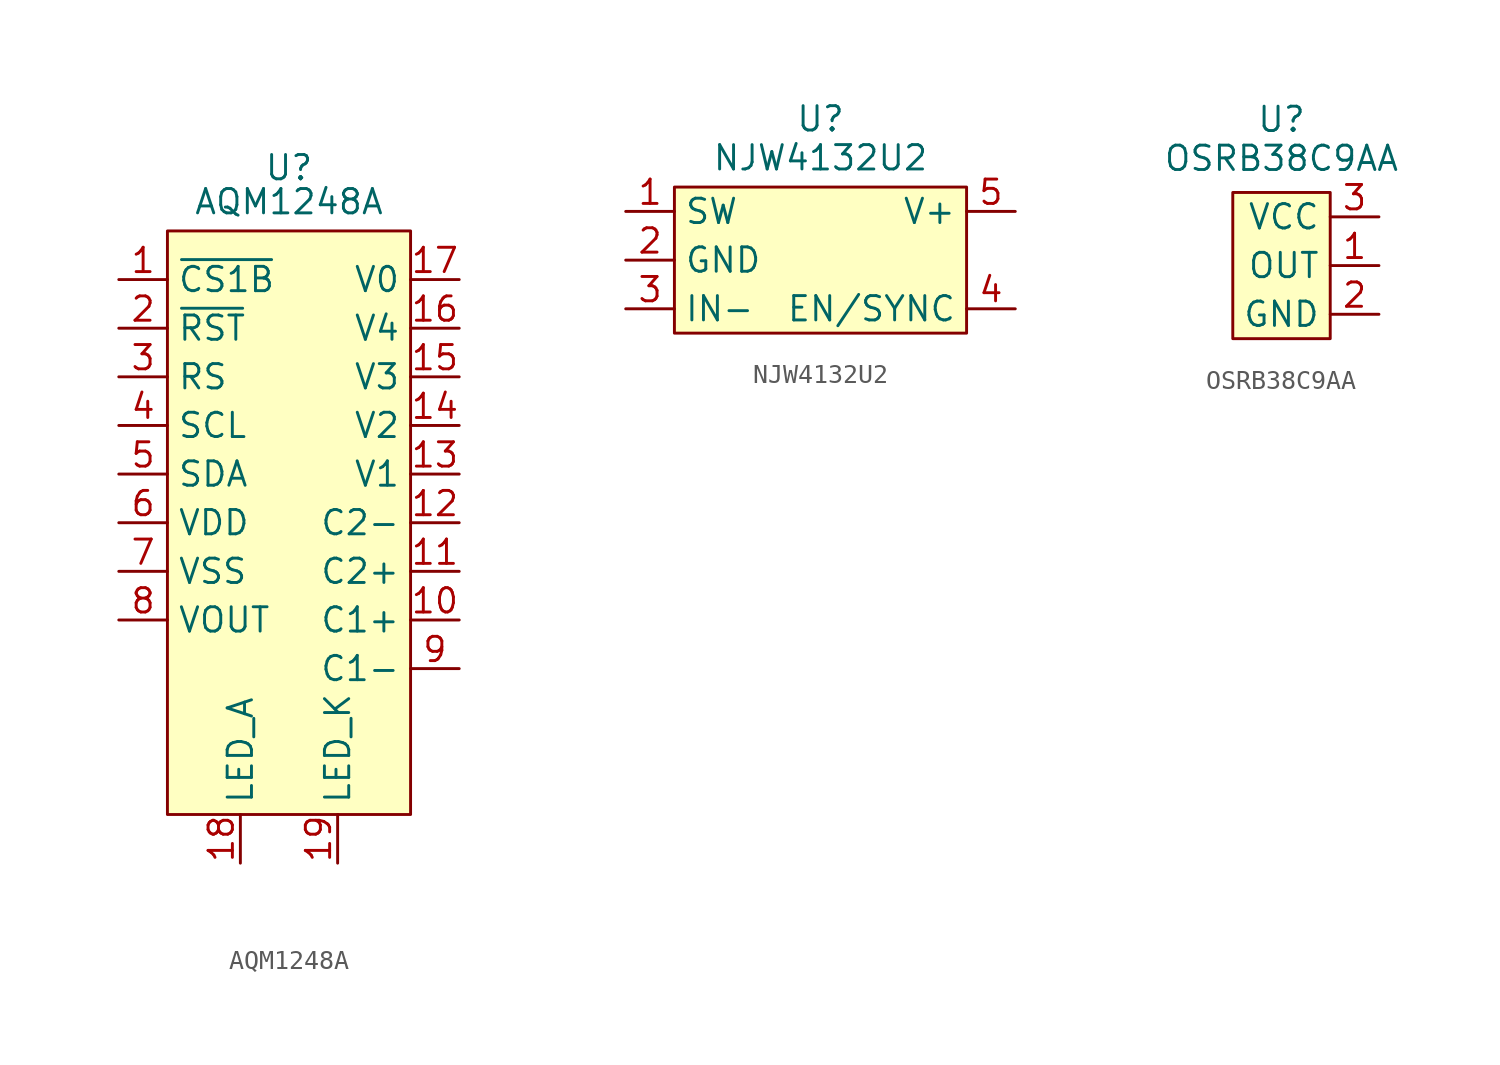
<source format=kicad_sym>
(kicad_symbol_lib
  (version 20231120)
  (generator "kicad_symbol_editor")
  (generator_version "8.0")
  (symbol "AQM1248A"
    (property "Reference" "U"
      (at 0 17.272 0)
      (effects (font (size 1.27 1.27))))
    (property "Value" "AQM1248A"
      (at 0 15.494 0)
      (effects (font (size 1.27 1.27))))
    (symbol "AQM1248A_1_1"
      (rectangle (start -6.35 13.97) (end 6.35 -16.51) (stroke (width 0) (type default)) (fill (type background)))
      (pin input line (at -8.89 11.43 0) (length 2.54) (name "~{CS1B}" (effects (font (size 1.27 1.27)))) (number "1" (effects (font (size 1.27 1.27)))))
      (pin input line (at 8.89 -6.35 180) (length 2.54) (name "C1+" (effects (font (size 1.27 1.27)))) (number "10" (effects (font (size 1.27 1.27)))))
      (pin input line (at 8.89 -3.81 180) (length 2.54) (name "C2+" (effects (font (size 1.27 1.27)))) (number "11" (effects (font (size 1.27 1.27)))))
      (pin input line (at 8.89 -1.27 180) (length 2.54) (name "C2-" (effects (font (size 1.27 1.27)))) (number "12" (effects (font (size 1.27 1.27)))))
      (pin input line (at 8.89 1.27 180) (length 2.54) (name "V1" (effects (font (size 1.27 1.27)))) (number "13" (effects (font (size 1.27 1.27)))))
      (pin input line (at 8.89 3.81 180) (length 2.54) (name "V2" (effects (font (size 1.27 1.27)))) (number "14" (effects (font (size 1.27 1.27)))))
      (pin input line (at 8.89 6.35 180) (length 2.54) (name "V3" (effects (font (size 1.27 1.27)))) (number "15" (effects (font (size 1.27 1.27)))))
      (pin input line (at 8.89 8.89 180) (length 2.54) (name "V4" (effects (font (size 1.27 1.27)))) (number "16" (effects (font (size 1.27 1.27)))))
      (pin input line (at 8.89 11.43 180) (length 2.54) (name "V0" (effects (font (size 1.27 1.27)))) (number "17" (effects (font (size 1.27 1.27)))))
      (pin input line (at -2.54 -19.05 90) (length 2.54) (name "LED_A" (effects (font (size 1.27 1.27)))) (number "18" (effects (font (size 1.27 1.27)))))
      (pin input line (at 2.54 -19.05 90) (length 2.54) (name "LED_K" (effects (font (size 1.27 1.27)))) (number "19" (effects (font (size 1.27 1.27)))))
      (pin input line (at -8.89 8.89 0) (length 2.54) (name "~{RST}" (effects (font (size 1.27 1.27)))) (number "2" (effects (font (size 1.27 1.27)))))
      (pin input line (at -8.89 6.35 0) (length 2.54) (name "RS" (effects (font (size 1.27 1.27)))) (number "3" (effects (font (size 1.27 1.27)))))
      (pin input line (at -8.89 3.81 0) (length 2.54) (name "SCL" (effects (font (size 1.27 1.27)))) (number "4" (effects (font (size 1.27 1.27)))))
      (pin input line (at -8.89 1.27 0) (length 2.54) (name "SDA" (effects (font (size 1.27 1.27)))) (number "5" (effects (font (size 1.27 1.27)))))
      (pin input line (at -8.89 -1.27 0) (length 2.54) (name "VDD" (effects (font (size 1.27 1.27)))) (number "6" (effects (font (size 1.27 1.27)))))
      (pin input line (at -8.89 -3.81 0) (length 2.54) (name "VSS" (effects (font (size 1.27 1.27)))) (number "7" (effects (font (size 1.27 1.27)))))
      (pin input line (at -8.89 -6.35 0) (length 2.54) (name "VOUT" (effects (font (size 1.27 1.27)))) (number "8" (effects (font (size 1.27 1.27)))))
      (pin input line (at 8.89 -8.89 180) (length 2.54) (name "C1-" (effects (font (size 1.27 1.27)))) (number "9" (effects (font (size 1.27 1.27)))))))
  (symbol "NJW4132U2"
    (property "Reference" "U"
      (at 0 7.366 0)
      (effects (font (size 1.27 1.27))))
    (property "Value" "NJW4132U2"
      (at 0 5.334 0)
      (effects (font (size 1.27 1.27))))
    (symbol "NJW4132U2_1_1"
      (polyline (pts (xy -7.62 3.81) (xy 7.62 3.81) (xy 7.62 -3.81) (xy -7.62 -3.81) (xy -7.62 3.81)) (stroke (width 0) (type default)) (fill (type background)))
      (pin input line (at -10.16 2.54 0) (length 2.54) (name "SW" (effects (font (size 1.27 1.27)))) (number "1" (effects (font (size 1.27 1.27)))))
      (pin input line (at -10.16 0 0) (length 2.54) (name "GND" (effects (font (size 1.27 1.27)))) (number "2" (effects (font (size 1.27 1.27)))))
      (pin input line (at -10.16 -2.54 0) (length 2.54) (name "IN-" (effects (font (size 1.27 1.27)))) (number "3" (effects (font (size 1.27 1.27)))))
      (pin input line (at 10.16 -2.54 180) (length 2.54) (name "EN/SYNC" (effects (font (size 1.27 1.27)))) (number "4" (effects (font (size 1.27 1.27)))))
      (pin input line (at 10.16 2.54 180) (length 2.54) (name "V+" (effects (font (size 1.27 1.27)))) (number "5" (effects (font (size 1.27 1.27)))))))
  (symbol "OSRB38C9AA"
    (property "Reference" "U"
      (at 0 7.62 0)
      (effects (font (size 1.27 1.27))))
    (property "Value" "OSRB38C9AA"
      (at 0 5.588 0)
      (effects (font (size 1.27 1.27))))
    (symbol "OSRB38C9AA_1_1"
      (rectangle (start -2.54 3.81) (end 2.54 -3.81) (stroke (width 0) (type default)) (fill (type background)))
      (pin output line (at 5.08 0 180) (length 2.54) (name "OUT" (effects (font (size 1.27 1.27)))) (number "1" (effects (font (size 1.27 1.27)))))
      (pin power_in line (at 5.08 -2.54 180) (length 2.54) (name "GND" (effects (font (size 1.27 1.27)))) (number "2" (effects (font (size 1.27 1.27)))))
      (pin power_in line (at 5.08 2.54 180) (length 2.54) (name "VCC" (effects (font (size 1.27 1.27)))) (number "3" (effects (font (size 1.27 1.27))))))))
</source>
